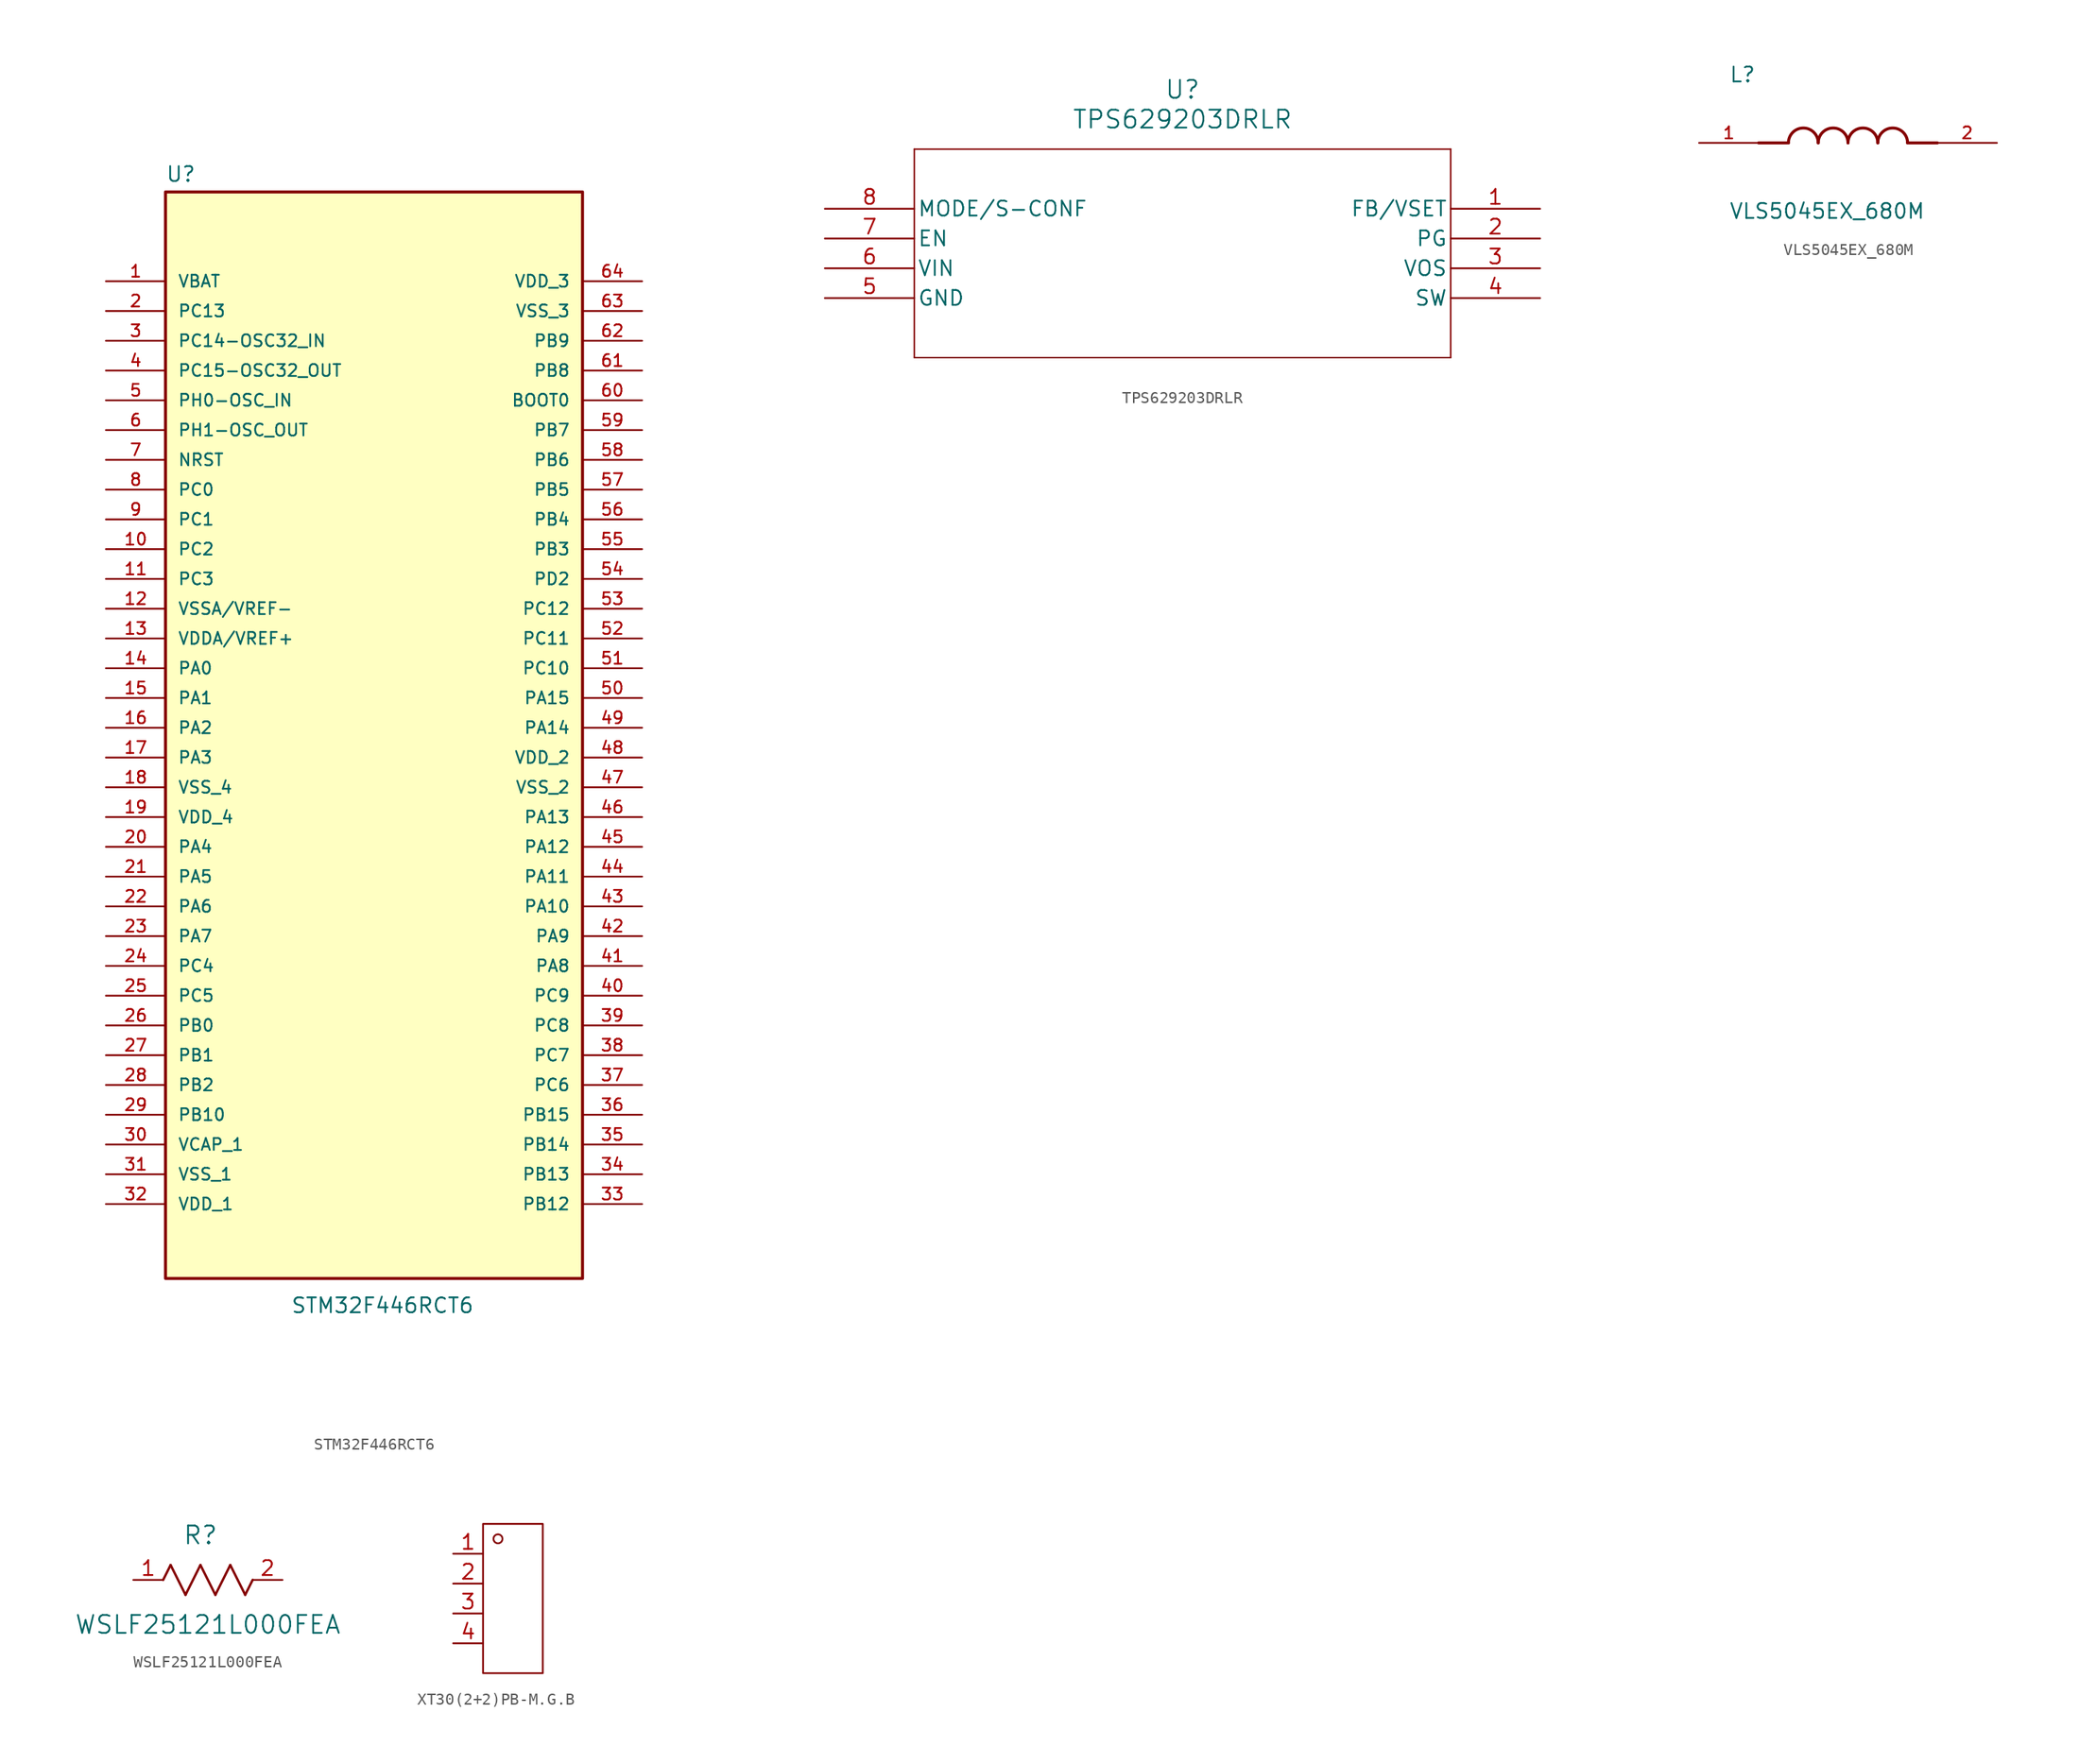
<source format=kicad_sym>
(kicad_symbol_lib
  (version 20241209)
  (generator "kicad_symbol_editor")
  (generator_version "9.0")
  (symbol "STM32F446RCT6"
    (pin_names
      (offset 1.016))
    (property "Reference" "U"
      (at -17.782 66.809 0)
      (effects (font (size 1.27 1.27)) (justify left bottom)))
    (property "Value" "STM32F446RCT6"
      (at -7.112 -29.718 0)
      (effects (font (size 1.27 1.27)) (justify left bottom)))
    (symbol "STM32F446RCT6_0_0"
      (rectangle (start -17.78 66.04) (end 17.78 -26.67) (stroke (width 0.254) (type default)) (fill (type background)))
      (pin unspecified line (at -22.86 58.42 0) (length 5.08) (name "VBAT" (effects (font (size 1.016 1.016)))) (number "1" (effects (font (size 1.016 1.016)))))
      (pin unspecified line (at -22.86 55.88 0) (length 5.08) (name "PC13" (effects (font (size 1.016 1.016)))) (number "2" (effects (font (size 1.016 1.016)))))
      (pin unspecified line (at -22.86 53.34 0) (length 5.08) (name "PC14-OSC32_IN" (effects (font (size 1.016 1.016)))) (number "3" (effects (font (size 1.016 1.016)))))
      (pin unspecified line (at -22.86 50.8 0) (length 5.08) (name "PC15-OSC32_OUT" (effects (font (size 1.016 1.016)))) (number "4" (effects (font (size 1.016 1.016)))))
      (pin unspecified line (at -22.86 48.26 0) (length 5.08) (name "PH0-OSC_IN" (effects (font (size 1.016 1.016)))) (number "5" (effects (font (size 1.016 1.016)))))
      (pin unspecified line (at -22.86 45.72 0) (length 5.08) (name "PH1-OSC_OUT" (effects (font (size 1.016 1.016)))) (number "6" (effects (font (size 1.016 1.016)))))
      (pin unspecified line (at -22.86 43.18 0) (length 5.08) (name "NRST" (effects (font (size 1.016 1.016)))) (number "7" (effects (font (size 1.016 1.016)))))
      (pin unspecified line (at -22.86 40.64 0) (length 5.08) (name "PC0" (effects (font (size 1.016 1.016)))) (number "8" (effects (font (size 1.016 1.016)))))
      (pin unspecified line (at -22.86 38.1 0) (length 5.08) (name "PC1" (effects (font (size 1.016 1.016)))) (number "9" (effects (font (size 1.016 1.016)))))
      (pin unspecified line (at -22.86 35.56 0) (length 5.08) (name "PC2" (effects (font (size 1.016 1.016)))) (number "10" (effects (font (size 1.016 1.016)))))
      (pin unspecified line (at -22.86 33.02 0) (length 5.08) (name "PC3" (effects (font (size 1.016 1.016)))) (number "11" (effects (font (size 1.016 1.016)))))
      (pin unspecified line (at -22.86 30.48 0) (length 5.08) (name "VSSA/VREF-" (effects (font (size 1.016 1.016)))) (number "12" (effects (font (size 1.016 1.016)))))
      (pin unspecified line (at -22.86 27.94 0) (length 5.08) (name "VDDA/VREF+" (effects (font (size 1.016 1.016)))) (number "13" (effects (font (size 1.016 1.016)))))
      (pin unspecified line (at -22.86 25.4 0) (length 5.08) (name "PA0" (effects (font (size 1.016 1.016)))) (number "14" (effects (font (size 1.016 1.016)))))
      (pin unspecified line (at -22.86 22.86 0) (length 5.08) (name "PA1" (effects (font (size 1.016 1.016)))) (number "15" (effects (font (size 1.016 1.016)))))
      (pin unspecified line (at -22.86 20.32 0) (length 5.08) (name "PA2" (effects (font (size 1.016 1.016)))) (number "16" (effects (font (size 1.016 1.016)))))
      (pin unspecified line (at -22.86 17.78 0) (length 5.08) (name "PA3" (effects (font (size 1.016 1.016)))) (number "17" (effects (font (size 1.016 1.016)))))
      (pin unspecified line (at -22.86 15.24 0) (length 5.08) (name "VSS_4" (effects (font (size 1.016 1.016)))) (number "18" (effects (font (size 1.016 1.016)))))
      (pin unspecified line (at -22.86 12.7 0) (length 5.08) (name "VDD_4" (effects (font (size 1.016 1.016)))) (number "19" (effects (font (size 1.016 1.016)))))
      (pin unspecified line (at -22.86 10.16 0) (length 5.08) (name "PA4" (effects (font (size 1.016 1.016)))) (number "20" (effects (font (size 1.016 1.016)))))
      (pin unspecified line (at -22.86 7.62 0) (length 5.08) (name "PA5" (effects (font (size 1.016 1.016)))) (number "21" (effects (font (size 1.016 1.016)))))
      (pin unspecified line (at -22.86 5.08 0) (length 5.08) (name "PA6" (effects (font (size 1.016 1.016)))) (number "22" (effects (font (size 1.016 1.016)))))
      (pin unspecified line (at -22.86 2.54 0) (length 5.08) (name "PA7" (effects (font (size 1.016 1.016)))) (number "23" (effects (font (size 1.016 1.016)))))
      (pin unspecified line (at -22.86 0 0) (length 5.08) (name "PC4" (effects (font (size 1.016 1.016)))) (number "24" (effects (font (size 1.016 1.016)))))
      (pin unspecified line (at -22.86 -2.54 0) (length 5.08) (name "PC5" (effects (font (size 1.016 1.016)))) (number "25" (effects (font (size 1.016 1.016)))))
      (pin unspecified line (at -22.86 -5.08 0) (length 5.08) (name "PB0" (effects (font (size 1.016 1.016)))) (number "26" (effects (font (size 1.016 1.016)))))
      (pin unspecified line (at -22.86 -7.62 0) (length 5.08) (name "PB1" (effects (font (size 1.016 1.016)))) (number "27" (effects (font (size 1.016 1.016)))))
      (pin unspecified line (at -22.86 -10.16 0) (length 5.08) (name "PB2" (effects (font (size 1.016 1.016)))) (number "28" (effects (font (size 1.016 1.016)))))
      (pin unspecified line (at -22.86 -12.7 0) (length 5.08) (name "PB10" (effects (font (size 1.016 1.016)))) (number "29" (effects (font (size 1.016 1.016)))))
      (pin unspecified line (at -22.86 -15.24 0) (length 5.08) (name "VCAP_1" (effects (font (size 1.016 1.016)))) (number "30" (effects (font (size 1.016 1.016)))))
      (pin unspecified line (at -22.86 -17.78 0) (length 5.08) (name "VSS_1" (effects (font (size 1.016 1.016)))) (number "31" (effects (font (size 1.016 1.016)))))
      (pin unspecified line (at -22.86 -20.32 0) (length 5.08) (name "VDD_1" (effects (font (size 1.016 1.016)))) (number "32" (effects (font (size 1.016 1.016)))))
      (pin unspecified line (at 22.86 58.42 180) (length 5.08) (name "VDD_3" (effects (font (size 1.016 1.016)))) (number "64" (effects (font (size 1.016 1.016)))))
      (pin unspecified line (at 22.86 55.88 180) (length 5.08) (name "VSS_3" (effects (font (size 1.016 1.016)))) (number "63" (effects (font (size 1.016 1.016)))))
      (pin unspecified line (at 22.86 53.34 180) (length 5.08) (name "PB9" (effects (font (size 1.016 1.016)))) (number "62" (effects (font (size 1.016 1.016)))))
      (pin unspecified line (at 22.86 50.8 180) (length 5.08) (name "PB8" (effects (font (size 1.016 1.016)))) (number "61" (effects (font (size 1.016 1.016)))))
      (pin unspecified line (at 22.86 48.26 180) (length 5.08) (name "BOOT0" (effects (font (size 1.016 1.016)))) (number "60" (effects (font (size 1.016 1.016)))))
      (pin unspecified line (at 22.86 45.72 180) (length 5.08) (name "PB7" (effects (font (size 1.016 1.016)))) (number "59" (effects (font (size 1.016 1.016)))))
      (pin unspecified line (at 22.86 43.18 180) (length 5.08) (name "PB6" (effects (font (size 1.016 1.016)))) (number "58" (effects (font (size 1.016 1.016)))))
      (pin unspecified line (at 22.86 40.64 180) (length 5.08) (name "PB5" (effects (font (size 1.016 1.016)))) (number "57" (effects (font (size 1.016 1.016)))))
      (pin unspecified line (at 22.86 38.1 180) (length 5.08) (name "PB4" (effects (font (size 1.016 1.016)))) (number "56" (effects (font (size 1.016 1.016)))))
      (pin unspecified line (at 22.86 35.56 180) (length 5.08) (name "PB3" (effects (font (size 1.016 1.016)))) (number "55" (effects (font (size 1.016 1.016)))))
      (pin unspecified line (at 22.86 33.02 180) (length 5.08) (name "PD2" (effects (font (size 1.016 1.016)))) (number "54" (effects (font (size 1.016 1.016)))))
      (pin unspecified line (at 22.86 30.48 180) (length 5.08) (name "PC12" (effects (font (size 1.016 1.016)))) (number "53" (effects (font (size 1.016 1.016)))))
      (pin unspecified line (at 22.86 27.94 180) (length 5.08) (name "PC11" (effects (font (size 1.016 1.016)))) (number "52" (effects (font (size 1.016 1.016)))))
      (pin unspecified line (at 22.86 25.4 180) (length 5.08) (name "PC10" (effects (font (size 1.016 1.016)))) (number "51" (effects (font (size 1.016 1.016)))))
      (pin unspecified line (at 22.86 22.86 180) (length 5.08) (name "PA15" (effects (font (size 1.016 1.016)))) (number "50" (effects (font (size 1.016 1.016)))))
      (pin unspecified line (at 22.86 20.32 180) (length 5.08) (name "PA14" (effects (font (size 1.016 1.016)))) (number "49" (effects (font (size 1.016 1.016)))))
      (pin unspecified line (at 22.86 17.78 180) (length 5.08) (name "VDD_2" (effects (font (size 1.016 1.016)))) (number "48" (effects (font (size 1.016 1.016)))))
      (pin unspecified line (at 22.86 15.24 180) (length 5.08) (name "VSS_2" (effects (font (size 1.016 1.016)))) (number "47" (effects (font (size 1.016 1.016)))))
      (pin unspecified line (at 22.86 12.7 180) (length 5.08) (name "PA13" (effects (font (size 1.016 1.016)))) (number "46" (effects (font (size 1.016 1.016)))))
      (pin unspecified line (at 22.86 10.16 180) (length 5.08) (name "PA12" (effects (font (size 1.016 1.016)))) (number "45" (effects (font (size 1.016 1.016)))))
      (pin unspecified line (at 22.86 7.62 180) (length 5.08) (name "PA11" (effects (font (size 1.016 1.016)))) (number "44" (effects (font (size 1.016 1.016)))))
      (pin unspecified line (at 22.86 5.08 180) (length 5.08) (name "PA10" (effects (font (size 1.016 1.016)))) (number "43" (effects (font (size 1.016 1.016)))))
      (pin unspecified line (at 22.86 2.54 180) (length 5.08) (name "PA9" (effects (font (size 1.016 1.016)))) (number "42" (effects (font (size 1.016 1.016)))))
      (pin unspecified line (at 22.86 0 180) (length 5.08) (name "PA8" (effects (font (size 1.016 1.016)))) (number "41" (effects (font (size 1.016 1.016)))))
      (pin unspecified line (at 22.86 -2.54 180) (length 5.08) (name "PC9" (effects (font (size 1.016 1.016)))) (number "40" (effects (font (size 1.016 1.016)))))
      (pin unspecified line (at 22.86 -5.08 180) (length 5.08) (name "PC8" (effects (font (size 1.016 1.016)))) (number "39" (effects (font (size 1.016 1.016)))))
      (pin unspecified line (at 22.86 -7.62 180) (length 5.08) (name "PC7" (effects (font (size 1.016 1.016)))) (number "38" (effects (font (size 1.016 1.016)))))
      (pin unspecified line (at 22.86 -10.16 180) (length 5.08) (name "PC6" (effects (font (size 1.016 1.016)))) (number "37" (effects (font (size 1.016 1.016)))))
      (pin unspecified line (at 22.86 -12.7 180) (length 5.08) (name "PB15" (effects (font (size 1.016 1.016)))) (number "36" (effects (font (size 1.016 1.016)))))
      (pin unspecified line (at 22.86 -15.24 180) (length 5.08) (name "PB14" (effects (font (size 1.016 1.016)))) (number "35" (effects (font (size 1.016 1.016)))))
      (pin unspecified line (at 22.86 -17.78 180) (length 5.08) (name "PB13" (effects (font (size 1.016 1.016)))) (number "34" (effects (font (size 1.016 1.016)))))
      (pin unspecified line (at 22.86 -20.32 180) (length 5.08) (name "PB12" (effects (font (size 1.016 1.016)))) (number "33" (effects (font (size 1.016 1.016)))))))
  (symbol "TPS629203DRLR"
    (pin_names
      (offset 0.254))
    (property "Reference" "U"
      (at 30.48 10.16 0)
      (effects (font (size 1.524 1.524))))
    (property "Value" "TPS629203DRLR"
      (at 30.48 7.62 0)
      (effects (font (size 1.524 1.524))))
    (symbol "TPS629203DRLR_0_1"
      (polyline (pts (xy 7.62 5.08) (xy 7.62 -12.7)) (stroke (width 0.127) (type default)) (fill (type none)))
      (polyline (pts (xy 7.62 -12.7) (xy 53.34 -12.7)) (stroke (width 0.127) (type default)) (fill (type none)))
      (polyline (pts (xy 53.34 5.08) (xy 7.62 5.08)) (stroke (width 0.127) (type default)) (fill (type none)))
      (polyline (pts (xy 53.34 -12.7) (xy 53.34 5.08)) (stroke (width 0.127) (type default)) (fill (type none)))
      (pin input line (at 0 0 0) (length 7.62) (name "MODE/S-CONF" (effects (font (size 1.27 1.27)))) (number "8" (effects (font (size 1.27 1.27)))))
      (pin input line (at 0 -2.54 0) (length 7.62) (name "EN" (effects (font (size 1.27 1.27)))) (number "7" (effects (font (size 1.27 1.27)))))
      (pin input line (at 60.96 0 180) (length 7.62) (name "FB/VSET" (effects (font (size 1.27 1.27)))) (number "1" (effects (font (size 1.27 1.27)))))
      (pin output line (at 60.96 -2.54 180) (length 7.62) (name "PG" (effects (font (size 1.27 1.27)))) (number "2" (effects (font (size 1.27 1.27))))))
    (symbol "TPS629203DRLR_1_1"
      (pin power_in line (at 0 -5.08 0) (length 7.62) (name "VIN" (effects (font (size 1.27 1.27)))) (number "6" (effects (font (size 1.27 1.27)))))
      (pin power_in line (at 0 -7.62 0) (length 7.62) (name "GND" (effects (font (size 1.27 1.27)))) (number "5" (effects (font (size 1.27 1.27)))))
      (pin power_in line (at 60.96 -5.08 180) (length 7.62) (name "VOS" (effects (font (size 1.27 1.27)))) (number "3" (effects (font (size 1.27 1.27)))))
      (pin input line (at 60.96 -7.62 180) (length 7.62) (name "SW" (effects (font (size 1.27 1.27)))) (number "4" (effects (font (size 1.27 1.27)))))))
  (symbol "VLS5045EX_680M"
    (pin_names
      (offset 1.016))
    (property "Reference" "L"
      (at -10.16 5.08 0)
      (effects (font (size 1.27 1.27)) (justify left bottom)))
    (property "Value" "VLS5045EX_680M"
      (at -10.16 -5.08 0)
      (effects (font (size 1.27 1.27)) (justify left top)))
    (symbol "VLS5045EX_680M_0_0"
      (polyline (pts (xy -5.08 0) (xy -7.62 0)) (stroke (width 0.254) (type default)) (fill (type none)))
      (arc (start -5.08 0) (mid -3.81 1.2645) (end -2.54 0) (stroke (width 0.254) (type default)) (fill (type none)))
      (arc (start -2.54 0) (mid -1.27 1.2645) (end 0 0) (stroke (width 0.254) (type default)) (fill (type none)))
      (arc (start 0 0) (mid 1.27 1.2645) (end 2.54 0) (stroke (width 0.254) (type default)) (fill (type none)))
      (arc (start 2.54 0) (mid 3.81 1.2645) (end 5.08 0) (stroke (width 0.254) (type default)) (fill (type none)))
      (polyline (pts (xy 5.08 0) (xy 7.62 0)) (stroke (width 0.254) (type default)) (fill (type none)))
      (pin passive line (at -12.7 0 0) (length 5.08) (name "~" (effects (font (size 1.016 1.016)))) (number "1" (effects (font (size 1.016 1.016)))))
      (pin passive line (at 12.7 0 180) (length 5.08) (name "~" (effects (font (size 1.016 1.016)))) (number "2" (effects (font (size 1.016 1.016)))))))
  (symbol "WSLF25121L000FEA"
    (pin_names
      (offset 0.254))
    (property "Reference" "R"
      (at 5.715 3.81 0)
      (effects (font (size 1.524 1.524))))
    (property "Value" "WSLF25121L000FEA"
      (at 6.35 -3.81 0)
      (effects (font (size 1.524 1.524))))
    (symbol "WSLF25121L000FEA_0_1"
      (polyline (pts (xy 2.54 0) (xy 3.175 1.27)) (stroke (width 0.203) (type default)) (fill (type none)))
      (polyline (pts (xy 3.175 1.27) (xy 4.445 -1.27)) (stroke (width 0.203) (type default)) (fill (type none)))
      (polyline (pts (xy 4.445 -1.27) (xy 5.715 1.27)) (stroke (width 0.203) (type default)) (fill (type none)))
      (polyline (pts (xy 5.715 1.27) (xy 6.985 -1.27)) (stroke (width 0.203) (type default)) (fill (type none)))
      (polyline (pts (xy 6.985 -1.27) (xy 8.255 1.27)) (stroke (width 0.203) (type default)) (fill (type none)))
      (polyline (pts (xy 8.255 1.27) (xy 9.525 -1.27)) (stroke (width 0.203) (type default)) (fill (type none)))
      (polyline (pts (xy 9.525 -1.27) (xy 10.16 0)) (stroke (width 0.203) (type default)) (fill (type none)))
      (pin unspecified line (at 0 0 0) (length 2.54) (name "" (effects (font (size 1.27 1.27)))) (number "1" (effects (font (size 1.27 1.27)))))
      (pin unspecified line (at 12.7 0 180) (length 2.54) (name "" (effects (font (size 1.27 1.27)))) (number "2" (effects (font (size 1.27 1.27)))))))
  (symbol "XT30(2+2)PB-M.G.B"
    (property "Reference" "CN3(OUT)"
      (at 3.81 1.27 0)
      (effects (font (size 1.27 1.27)) (justify left) (hide yes)))
    (symbol "XT30(2+2)PB-M.G.B_1_0"
      (rectangle (start -2.54 6.35) (end 2.54 -6.35) (stroke (width 0) (type default)) (fill (type none)))
      (circle (center -1.27 5.08) (radius 0.381) (stroke (width 0) (type default)) (fill (type none)))
      (pin unspecified line (at -5.08 3.81 0) (length 2.54) (name "" (effects (font (size 1.27 1.27)))) (number "1" (effects (font (size 1.27 1.27)))))
      (pin unspecified line (at -5.08 1.27 0) (length 2.54) (name "" (effects (font (size 1.27 1.27)))) (number "2" (effects (font (size 1.27 1.27)))))
      (pin unspecified line (at -5.08 -1.27 0) (length 2.54) (name "" (effects (font (size 1.27 1.27)))) (number "3" (effects (font (size 1.27 1.27)))))
      (pin unspecified line (at -5.08 -3.81 0) (length 2.54) (name "" (effects (font (size 1.27 1.27)))) (number "4" (effects (font (size 1.27 1.27))))))))
</source>
